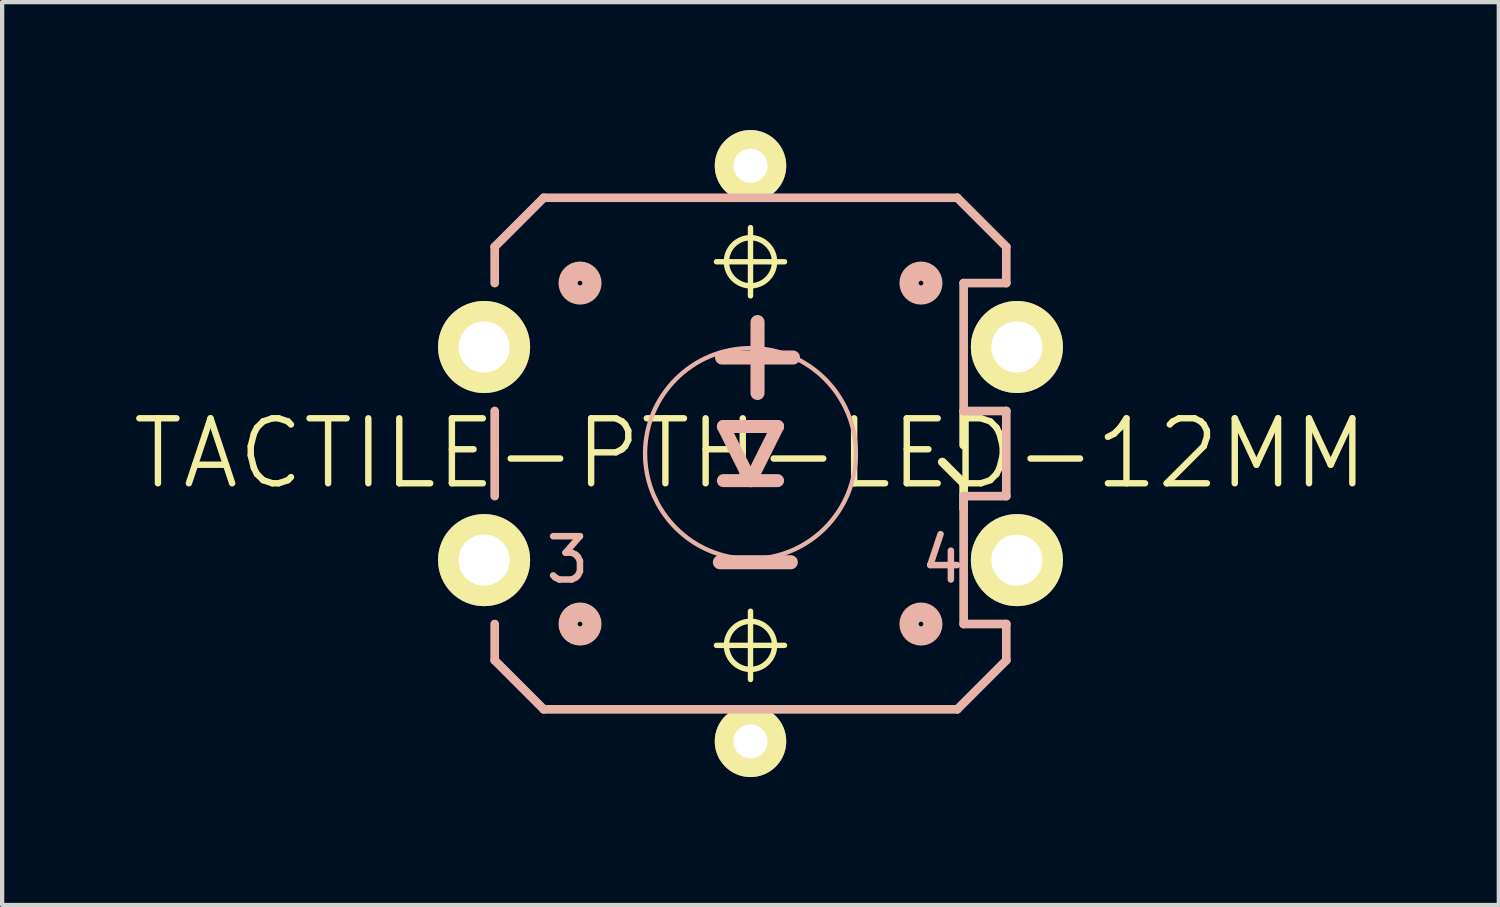
<source format=kicad_pcb>
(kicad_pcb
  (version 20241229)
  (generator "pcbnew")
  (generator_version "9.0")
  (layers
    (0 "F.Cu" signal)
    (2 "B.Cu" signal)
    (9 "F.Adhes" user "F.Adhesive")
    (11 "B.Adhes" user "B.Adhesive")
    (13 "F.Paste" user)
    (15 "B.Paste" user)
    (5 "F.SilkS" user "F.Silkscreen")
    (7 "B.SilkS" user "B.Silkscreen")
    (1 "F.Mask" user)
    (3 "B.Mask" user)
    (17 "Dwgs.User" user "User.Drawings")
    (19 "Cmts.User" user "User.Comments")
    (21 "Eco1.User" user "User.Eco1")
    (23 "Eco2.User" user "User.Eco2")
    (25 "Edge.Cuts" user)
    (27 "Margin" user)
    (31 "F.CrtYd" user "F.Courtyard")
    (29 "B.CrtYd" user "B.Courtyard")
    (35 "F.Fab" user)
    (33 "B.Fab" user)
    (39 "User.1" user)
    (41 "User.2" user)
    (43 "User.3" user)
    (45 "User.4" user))
  (footprint "TACTILE-PTH-LED-12MM"
    (layer "F.Cu")
    (at 14.551 7.587)
    (property "Reference" "TACTILE-PTH-LED-12MM" (at 0 0 0) (layer "F.SilkS") (effects (font (size 1.524 1.524) (thickness 0.15))))
    (attr exclude_from_pos_files exclude_from_bom)
    (fp_line (start -0.798 -4.498) (end 0.798 -4.498) (stroke (width 0.127) (type solid)) (layer "F.SilkS"))
    (fp_line (start -0.798 4.498) (end 0.798 4.498) (stroke (width 0.127) (type solid)) (layer "F.SilkS"))
    (fp_line (start 0 -3.698) (end 0 -5.298) (stroke (width 0.127) (type solid)) (layer "F.SilkS"))
    (fp_line (start 0 5.298) (end 0 3.698) (stroke (width 0.127) (type solid)) (layer "F.SilkS"))
    (fp_line (start 4.999 -0.198) (end 4.999 -0.998) (stroke (width 0.203) (type solid)) (layer "F.SilkS"))
    (fp_line (start 4.999 0.699) (end 4.498 0.198) (stroke (width 0.203) (type solid)) (layer "F.SilkS"))
    (fp_line (start 4.999 1.298) (end 4.999 0.699) (stroke (width 0.203) (type solid)) (layer "F.SilkS"))
    (fp_circle (center 0 -4.498) (end -0.399 -4.897) (stroke (width 0.127) (type solid)) (fill no) (layer "F.SilkS"))
    (fp_circle (center 0 4.498) (end -0.399 4.897) (stroke (width 0.127) (type solid)) (fill no) (layer "F.SilkS"))
    (fp_line (start -5.999 -4.849) (end -4.849 -5.999) (stroke (width 0.203) (type solid)) (layer "B.SilkS"))
    (fp_line (start -5.999 -3.998) (end -5.999 -4.849) (stroke (width 0.203) (type solid)) (layer "B.SilkS"))
    (fp_line (start -5.999 0.998) (end -5.999 -0.998) (stroke (width 0.203) (type solid)) (layer "B.SilkS"))
    (fp_line (start -5.999 4.849) (end -5.999 3.998) (stroke (width 0.203) (type solid)) (layer "B.SilkS"))
    (fp_line (start -4.849 -5.999) (end 4.849 -5.999) (stroke (width 0.203) (type solid)) (layer "B.SilkS"))
    (fp_line (start -4.849 5.999) (end -5.999 4.849) (stroke (width 0.203) (type solid)) (layer "B.SilkS"))
    (fp_line (start -0.635 -0.635) (end 0 0.635) (stroke (width 0.305) (type solid)) (layer "B.SilkS"))
    (fp_line (start 0 -0.635) (end -0.635 -0.635) (stroke (width 0.305) (type solid)) (layer "B.SilkS"))
    (fp_line (start 0 0.635) (end -0.635 0.635) (stroke (width 0.305) (type solid)) (layer "B.SilkS"))
    (fp_line (start 0 0.635) (end 0.635 -0.635) (stroke (width 0.305) (type solid)) (layer "B.SilkS"))
    (fp_line (start 0.635 -0.635) (end 0 -0.635) (stroke (width 0.305) (type solid)) (layer "B.SilkS"))
    (fp_line (start 0.635 0.635) (end 0 0.635) (stroke (width 0.305) (type solid)) (layer "B.SilkS"))
    (fp_line (start 4.849 -5.999) (end 5.999 -4.849) (stroke (width 0.203) (type solid)) (layer "B.SilkS"))
    (fp_line (start 4.849 5.999) (end -4.849 5.999) (stroke (width 0.203) (type solid)) (layer "B.SilkS"))
    (fp_line (start 4.999 -3.998) (end 5.999 -3.998) (stroke (width 0.203) (type solid)) (layer "B.SilkS"))
    (fp_line (start 4.999 -0.998) (end 4.999 -3.998) (stroke (width 0.203) (type solid)) (layer "B.SilkS"))
    (fp_line (start 4.999 0.998) (end 4.999 3.998) (stroke (width 0.203) (type solid)) (layer "B.SilkS"))
    (fp_line (start 4.999 3.998) (end 5.999 3.998) (stroke (width 0.203) (type solid)) (layer "B.SilkS"))
    (fp_line (start 5.999 -4.849) (end 5.999 -3.998) (stroke (width 0.203) (type solid)) (layer "B.SilkS"))
    (fp_line (start 5.999 -0.998) (end 4.999 -0.998) (stroke (width 0.203) (type solid)) (layer "B.SilkS"))
    (fp_line (start 5.999 -0.998) (end 5.999 0.998) (stroke (width 0.203) (type solid)) (layer "B.SilkS"))
    (fp_line (start 5.999 0.998) (end 4.999 0.998) (stroke (width 0.203) (type solid)) (layer "B.SilkS"))
    (fp_line (start 5.999 3.998) (end 5.999 4.849) (stroke (width 0.203) (type solid)) (layer "B.SilkS"))
    (fp_line (start 5.999 4.849) (end 4.849 5.999) (stroke (width 0.203) (type solid)) (layer "B.SilkS"))
    (fp_circle (center -3.998 -3.998) (end -4.196 -4.196) (stroke (width 0.45) (type solid)) (fill no) (layer "B.SilkS"))
    (fp_circle (center -3.998 3.998) (end -4.196 4.196) (stroke (width 0.45) (type solid)) (fill no) (layer "B.SilkS"))
    (fp_circle (center 0 0) (end -1.748 1.748) (stroke (width 0.102) (type solid)) (fill no) (layer "B.SilkS"))
    (fp_circle (center 3.998 -3.998) (end 4.196 -4.196) (stroke (width 0.45) (type solid)) (fill no) (layer "B.SilkS"))
    (fp_circle (center 3.998 3.998) (end 4.196 4.196) (stroke (width 0.45) (type solid)) (fill no) (layer "B.SilkS"))
    (fp_text user "+" (at 0.165 -2.413 180) (layer "B.SilkS") (effects (font (size 2.182 2.182) (thickness 0.33))))
    (fp_text user "3" (at -4.29 2.492 0) (layer "B.SilkS") (effects (font (size 1.016 1.016) (thickness 0.152))))
    (fp_text user "4" (at 4.506 2.492 0) (layer "B.SilkS") (effects (font (size 1.016 1.016) (thickness 0.152))))
    (fp_text user "-" (at 0.114 2.388 180) (layer "B.SilkS") (effects (font (size 2.182 2.182) (thickness 0.33))))
    (pad "1" thru_hole circle (at -6.248 -2.499) (size 2.159 2.159) (drill 1.199) (layers "*.Cu" "F.Mask" "F.SilkS" "F.Paste"))
    (pad "2" thru_hole circle (at 6.248 -2.499) (size 2.159 2.159) (drill 1.199) (layers "*.Cu" "F.Mask" "F.SilkS" "F.Paste"))
    (pad "3" thru_hole circle (at -6.248 2.499) (size 2.159 2.159) (drill 1.199) (layers "*.Cu" "F.Mask" "F.SilkS" "F.Paste"))
    (pad "4" thru_hole circle (at 6.248 2.499) (size 2.159 2.159) (drill 1.199) (layers "*.Cu" "F.Mask" "F.SilkS" "F.Paste"))
    (pad "A" thru_hole circle (at 0 -6.749) (size 1.676 1.676) (drill 0.798) (layers "*.Cu" "F.Mask" "F.SilkS" "F.Paste"))
    (pad "C" thru_hole circle (at 0 6.749) (size 1.676 1.676) (drill 0.798) (layers "*.Cu" "F.Mask" "F.SilkS" "F.Paste")))
  (gr_rect
    (start -3 -3)
    (end 32.101 18.174)
    (stroke (width 0.1) (type default))
    (fill no)
    (layer "Edge.Cuts")))
</source>
